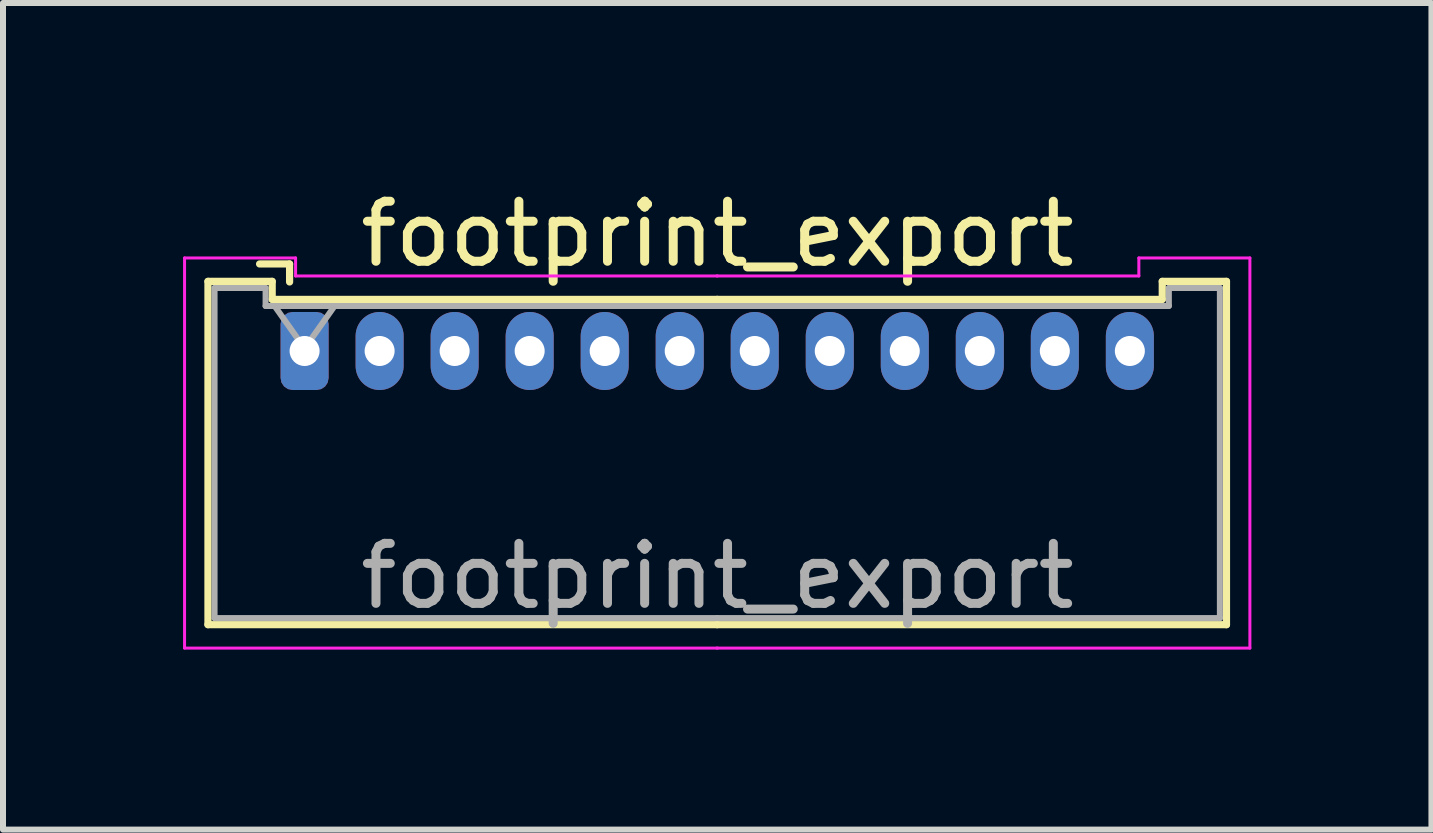
<source format=kicad_pcb>
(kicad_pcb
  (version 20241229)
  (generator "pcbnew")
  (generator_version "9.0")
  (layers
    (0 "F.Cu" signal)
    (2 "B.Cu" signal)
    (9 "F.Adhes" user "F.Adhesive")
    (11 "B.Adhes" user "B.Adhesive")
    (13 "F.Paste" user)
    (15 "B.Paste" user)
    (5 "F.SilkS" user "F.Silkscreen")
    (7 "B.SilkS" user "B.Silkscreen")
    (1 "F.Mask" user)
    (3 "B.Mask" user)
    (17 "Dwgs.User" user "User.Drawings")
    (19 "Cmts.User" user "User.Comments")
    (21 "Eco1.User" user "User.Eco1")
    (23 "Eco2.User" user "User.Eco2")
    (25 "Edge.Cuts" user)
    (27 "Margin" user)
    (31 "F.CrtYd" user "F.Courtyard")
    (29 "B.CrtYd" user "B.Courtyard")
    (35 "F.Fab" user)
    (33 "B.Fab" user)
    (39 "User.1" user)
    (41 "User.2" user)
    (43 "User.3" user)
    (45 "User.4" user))
  (footprint "footprint_export"
    (layer "F.Cu")
    (at 2.025 2.798)
    (property "Reference" "footprint_export" (at 6.88 -1.95 0) (layer "F.SilkS") (effects (font (size 1 1) (thickness 0.15))))
    (attr through_hole)
    (fp_line (start -1.61 -1.16) (end -1.61 4.56) (stroke (width 0.12) (type solid)) (layer "F.SilkS"))
    (fp_line (start -1.61 4.56) (end 6.875 4.56) (stroke (width 0.12) (type solid)) (layer "F.SilkS"))
    (fp_line (start -0.54 -1.16) (end -1.61 -1.16) (stroke (width 0.12) (type solid)) (layer "F.SilkS"))
    (fp_line (start -0.54 -0.86) (end -0.54 -1.16) (stroke (width 0.12) (type solid)) (layer "F.SilkS"))
    (fp_line (start -0.25 -1.45) (end -0.75 -1.45) (stroke (width 0.12) (type solid)) (layer "F.SilkS"))
    (fp_line (start -0.25 -1.15) (end -0.25 -1.45) (stroke (width 0.12) (type solid)) (layer "F.SilkS"))
    (fp_line (start 6.875 -0.86) (end -0.54 -0.86) (stroke (width 0.12) (type solid)) (layer "F.SilkS"))
    (fp_line (start 6.875 -0.86) (end 14.29 -0.86) (stroke (width 0.12) (type solid)) (layer "F.SilkS"))
    (fp_line (start 14.29 -1.16) (end 15.36 -1.16) (stroke (width 0.12) (type solid)) (layer "F.SilkS"))
    (fp_line (start 14.29 -0.86) (end 14.29 -1.16) (stroke (width 0.12) (type solid)) (layer "F.SilkS"))
    (fp_line (start 15.36 -1.16) (end 15.36 4.56) (stroke (width 0.12) (type solid)) (layer "F.SilkS"))
    (fp_line (start 15.36 4.56) (end 6.875 4.56) (stroke (width 0.12) (type solid)) (layer "F.SilkS"))
    (fp_line (start -2 -1.55) (end -2 4.95) (stroke (width 0.05) (type solid)) (layer "F.CrtYd"))
    (fp_line (start -2 4.95) (end 6.88 4.95) (stroke (width 0.05) (type solid)) (layer "F.CrtYd"))
    (fp_line (start -0.15 -1.55) (end -2 -1.55) (stroke (width 0.05) (type solid)) (layer "F.CrtYd"))
    (fp_line (start -0.15 -1.25) (end -0.15 -1.55) (stroke (width 0.05) (type solid)) (layer "F.CrtYd"))
    (fp_line (start 6.87 -1.25) (end 13.9 -1.25) (stroke (width 0.05) (type solid)) (layer "F.CrtYd"))
    (fp_line (start 6.88 -1.25) (end -0.15 -1.25) (stroke (width 0.05) (type solid)) (layer "F.CrtYd"))
    (fp_line (start 13.9 -1.55) (end 15.75 -1.55) (stroke (width 0.05) (type solid)) (layer "F.CrtYd"))
    (fp_line (start 13.9 -1.25) (end 13.9 -1.55) (stroke (width 0.05) (type solid)) (layer "F.CrtYd"))
    (fp_line (start 15.75 -1.55) (end 15.75 4.95) (stroke (width 0.05) (type solid)) (layer "F.CrtYd"))
    (fp_line (start 15.75 4.95) (end 6.87 4.95) (stroke (width 0.05) (type solid)) (layer "F.CrtYd"))
    (fp_line (start -1.5 -1.05) (end -1.5 4.45) (stroke (width 0.1) (type solid)) (layer "F.Fab"))
    (fp_line (start -1.5 4.45) (end 6.875 4.45) (stroke (width 0.1) (type solid)) (layer "F.Fab"))
    (fp_line (start -0.65 -1.05) (end -1.5 -1.05) (stroke (width 0.1) (type solid)) (layer "F.Fab"))
    (fp_line (start -0.65 -0.75) (end -0.65 -1.05) (stroke (width 0.1) (type solid)) (layer "F.Fab"))
    (fp_line (start -0.5 -0.75) (end 0 -0.043) (stroke (width 0.1) (type solid)) (layer "F.Fab"))
    (fp_line (start 0 -0.043) (end 0.5 -0.75) (stroke (width 0.1) (type solid)) (layer "F.Fab"))
    (fp_line (start 6.875 -0.75) (end -0.65 -0.75) (stroke (width 0.1) (type solid)) (layer "F.Fab"))
    (fp_line (start 6.875 -0.75) (end 14.4 -0.75) (stroke (width 0.1) (type solid)) (layer "F.Fab"))
    (fp_line (start 14.4 -1.05) (end 15.25 -1.05) (stroke (width 0.1) (type solid)) (layer "F.Fab"))
    (fp_line (start 14.4 -0.75) (end 14.4 -1.05) (stroke (width 0.1) (type solid)) (layer "F.Fab"))
    (fp_line (start 15.25 -1.05) (end 15.25 4.45) (stroke (width 0.1) (type solid)) (layer "F.Fab"))
    (fp_line (start 15.25 4.45) (end 6.875 4.45) (stroke (width 0.1) (type solid)) (layer "F.Fab"))
    (fp_text user "${REFERENCE}" (at 6.88 3.75 0) (layer "F.Fab") (effects (font (size 1 1) (thickness 0.15))))
    (pad "1" thru_hole roundrect (at 0 0) (size 0.8 1.3) (drill 0.5) (layers "*.Cu" "*.Mask") (roundrect_rratio 0.25))
    (pad "2" thru_hole oval (at 1.25 0) (size 0.8 1.3) (drill 0.5) (layers "*.Cu" "*.Mask"))
    (pad "3" thru_hole oval (at 2.5 0) (size 0.8 1.3) (drill 0.5) (layers "*.Cu" "*.Mask"))
    (pad "4" thru_hole oval (at 3.75 0) (size 0.8 1.3) (drill 0.5) (layers "*.Cu" "*.Mask"))
    (pad "5" thru_hole oval (at 5 0) (size 0.8 1.3) (drill 0.5) (layers "*.Cu" "*.Mask"))
    (pad "6" thru_hole oval (at 6.25 0) (size 0.8 1.3) (drill 0.5) (layers "*.Cu" "*.Mask"))
    (pad "7" thru_hole oval (at 7.5 0) (size 0.8 1.3) (drill 0.5) (layers "*.Cu" "*.Mask"))
    (pad "8" thru_hole oval (at 8.75 0) (size 0.8 1.3) (drill 0.5) (layers "*.Cu" "*.Mask"))
    (pad "9" thru_hole oval (at 10 0) (size 0.8 1.3) (drill 0.5) (layers "*.Cu" "*.Mask"))
    (pad "10" thru_hole oval (at 11.25 0) (size 0.8 1.3) (drill 0.5) (layers "*.Cu" "*.Mask"))
    (pad "11" thru_hole oval (at 12.5 0) (size 0.8 1.3) (drill 0.5) (layers "*.Cu" "*.Mask"))
    (pad "12" thru_hole oval (at 13.75 0) (size 0.8 1.3) (drill 0.5) (layers "*.Cu" "*.Mask")))
  (gr_rect
    (start -3 -3)
    (end 20.8 10.773)
    (stroke (width 0.1) (type default))
    (fill no)
    (layer "Edge.Cuts")))
</source>
